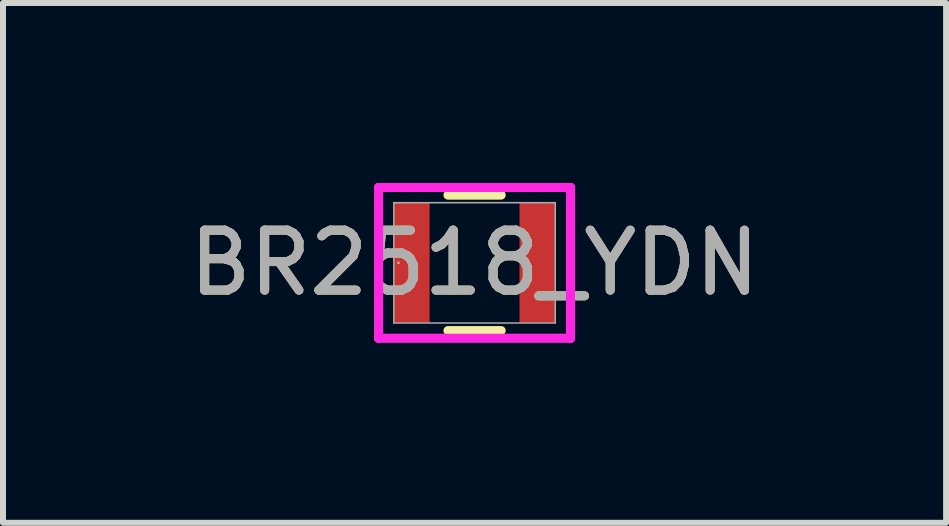
<source format=kicad_pcb>
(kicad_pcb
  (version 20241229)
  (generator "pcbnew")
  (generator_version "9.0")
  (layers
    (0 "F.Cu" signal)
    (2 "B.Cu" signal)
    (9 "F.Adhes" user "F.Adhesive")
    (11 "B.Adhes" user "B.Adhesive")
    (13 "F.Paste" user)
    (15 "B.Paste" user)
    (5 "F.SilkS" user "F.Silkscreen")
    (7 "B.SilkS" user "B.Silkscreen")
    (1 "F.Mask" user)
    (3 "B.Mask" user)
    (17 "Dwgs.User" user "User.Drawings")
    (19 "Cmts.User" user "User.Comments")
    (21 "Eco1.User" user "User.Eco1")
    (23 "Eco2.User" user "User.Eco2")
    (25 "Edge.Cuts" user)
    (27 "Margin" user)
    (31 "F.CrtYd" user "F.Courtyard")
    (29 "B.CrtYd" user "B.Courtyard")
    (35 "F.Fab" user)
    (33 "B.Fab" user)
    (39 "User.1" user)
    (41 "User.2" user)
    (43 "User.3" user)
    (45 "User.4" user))
  (footprint "BR2518_YDN"
    (layer "F.Cu")
    (at 4.863 1.333)
    (property "Reference" "BR2518_YDN" (at 0 0 0) (unlocked yes) (layer "F.SilkS") (effects (font (size 1 1) (thickness 0.15))))
    (attr smd)
    (fp_line (start -0.443 1.13) (end 0.443 1.13) (stroke (width 0.152) (type solid)) (layer "F.SilkS"))
    (fp_line (start 0.443 -1.13) (end -0.443 -1.13) (stroke (width 0.152) (type solid)) (layer "F.SilkS"))
    (fp_line (start -1.6 -1.257) (end 1.6 -1.257) (stroke (width 0.152) (type solid)) (layer "F.CrtYd"))
    (fp_line (start -1.6 -1.254) (end -1.6 -1.257) (stroke (width 0.152) (type solid)) (layer "F.CrtYd"))
    (fp_line (start -1.6 -1.254) (end -1.6 -1.254) (stroke (width 0.152) (type solid)) (layer "F.CrtYd"))
    (fp_line (start -1.6 1.254) (end -1.6 -1.254) (stroke (width 0.152) (type solid)) (layer "F.CrtYd"))
    (fp_line (start -1.6 1.254) (end -1.6 1.254) (stroke (width 0.152) (type solid)) (layer "F.CrtYd"))
    (fp_line (start -1.6 1.257) (end -1.6 1.254) (stroke (width 0.152) (type solid)) (layer "F.CrtYd"))
    (fp_line (start 1.6 -1.257) (end 1.6 -1.254) (stroke (width 0.152) (type solid)) (layer "F.CrtYd"))
    (fp_line (start 1.6 -1.254) (end 1.6 -1.254) (stroke (width 0.152) (type solid)) (layer "F.CrtYd"))
    (fp_line (start 1.6 -1.254) (end 1.6 1.254) (stroke (width 0.152) (type solid)) (layer "F.CrtYd"))
    (fp_line (start 1.6 1.254) (end 1.6 1.254) (stroke (width 0.152) (type solid)) (layer "F.CrtYd"))
    (fp_line (start 1.6 1.254) (end 1.6 1.257) (stroke (width 0.152) (type solid)) (layer "F.CrtYd"))
    (fp_line (start 1.6 1.257) (end -1.6 1.257) (stroke (width 0.152) (type solid)) (layer "F.CrtYd"))
    (fp_line (start -1.346 -1.003) (end -1.346 1.003) (stroke (width 0.025) (type solid)) (layer "F.Fab"))
    (fp_line (start -1.346 1.003) (end 1.346 1.003) (stroke (width 0.025) (type solid)) (layer "F.Fab"))
    (fp_line (start 1.346 -1.003) (end -1.346 -1.003) (stroke (width 0.025) (type solid)) (layer "F.Fab"))
    (fp_line (start 1.346 1.003) (end 1.346 -1.003) (stroke (width 0.025) (type solid)) (layer "F.Fab"))
    (fp_circle (center -1.27 0) (end -1.27 0) (stroke (width 0.025) (type solid)) (fill no) (layer "F.Fab"))
    (fp_text user "${REFERENCE}" (at 0 0 0) (unlocked yes) (layer "F.Fab") (effects (font (size 1 1) (thickness 0.15))))
    (pad "1" smd rect (at -1.048 0) (size 0.597 2) (layers "F.Cu" "F.Mask" "F.Paste"))
    (pad "2" smd rect (at 1.048 0) (size 0.597 2) (layers "F.Cu" "F.Mask" "F.Paste"))
    (zone (net_name "") (layer "F.Cu") (hatch full 0.508) (connect_pads) (min_thickness 0.254) (filled_areas_thickness no) (keepout (tracks not_allowed) (vias not_allowed) (pads allowed) (copperpour not_allowed) (footprints allowed)) (placement (enabled no)) (fill) (polygon (pts (xy 4.165 0.381) (xy 5.562 0.381) (xy 5.562 2.286) (xy 4.165 2.286)))))
  (gr_rect
    (start -3 -3)
    (end 12.726 5.667)
    (stroke (width 0.1) (type default))
    (fill no)
    (layer "Edge.Cuts")))
</source>
